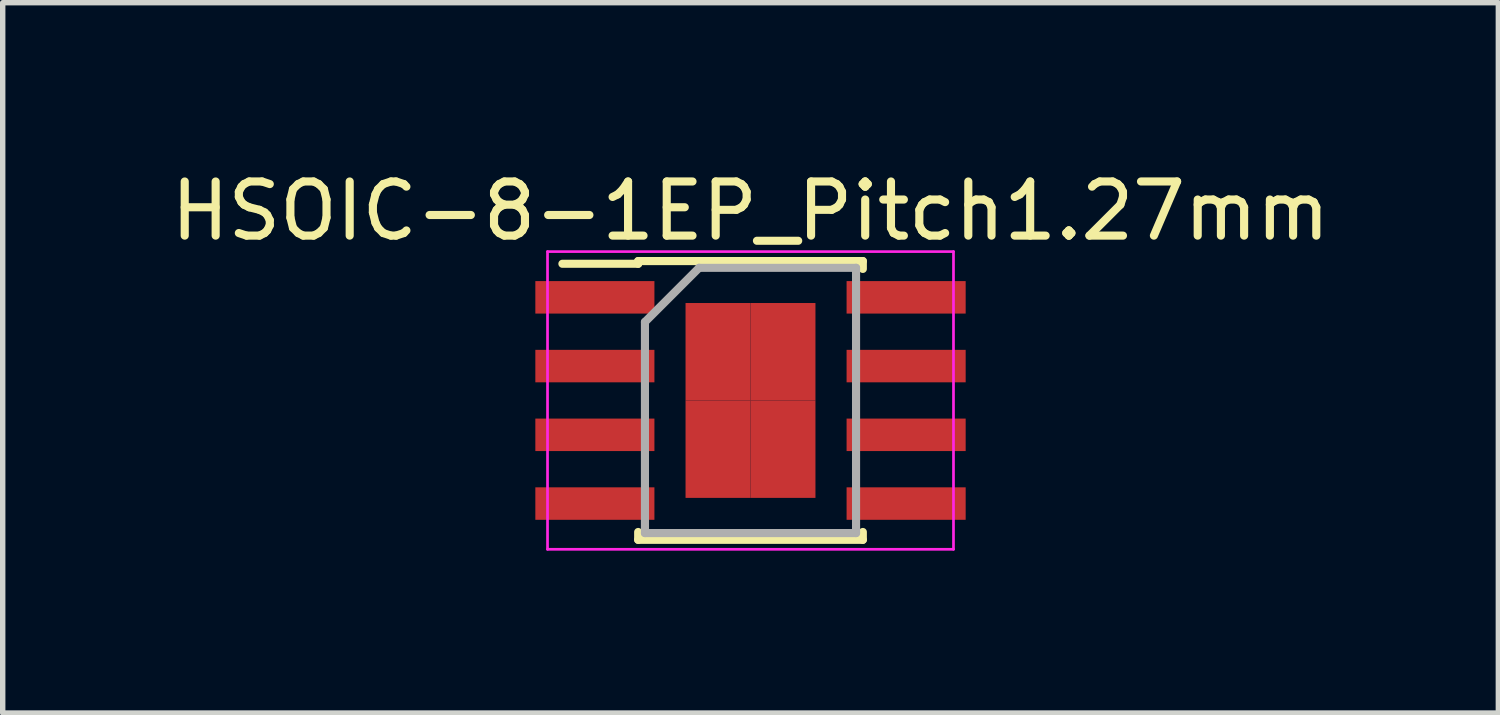
<source format=kicad_pcb>
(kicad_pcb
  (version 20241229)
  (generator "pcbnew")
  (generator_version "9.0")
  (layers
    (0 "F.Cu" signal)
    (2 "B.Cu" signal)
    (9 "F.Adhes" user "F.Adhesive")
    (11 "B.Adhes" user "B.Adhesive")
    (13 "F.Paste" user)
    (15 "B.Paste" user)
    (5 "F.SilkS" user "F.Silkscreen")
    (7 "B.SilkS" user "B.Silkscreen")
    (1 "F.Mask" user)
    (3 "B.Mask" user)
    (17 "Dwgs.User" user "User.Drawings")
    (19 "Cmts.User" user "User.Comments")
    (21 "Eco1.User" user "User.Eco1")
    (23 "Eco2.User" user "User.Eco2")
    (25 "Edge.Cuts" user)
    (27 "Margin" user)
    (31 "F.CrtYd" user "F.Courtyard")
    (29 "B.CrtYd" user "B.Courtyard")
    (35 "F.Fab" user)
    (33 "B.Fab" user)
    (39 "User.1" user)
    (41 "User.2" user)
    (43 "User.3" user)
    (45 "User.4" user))
  (footprint "HSOIC-8-1EP_Pitch1.27mm"
    (layer "F.Cu")
    (at 10.815 4.348)
    (property "Reference" "HSOIC-8-1EP_Pitch1.27mm" (at 0 -3.5 0) (layer "F.SilkS") (effects (font (size 1 1) (thickness 0.15))))
    (attr smd)
    (fp_line (start -2.075 -2.575) (end -2.075 -2.525) (stroke (width 0.15) (type solid)) (layer "F.SilkS"))
    (fp_line (start -2.075 -2.575) (end 2.075 -2.575) (stroke (width 0.15) (type solid)) (layer "F.SilkS"))
    (fp_line (start -2.075 -2.525) (end -3.475 -2.525) (stroke (width 0.15) (type solid)) (layer "F.SilkS"))
    (fp_line (start -2.075 2.575) (end -2.075 2.43) (stroke (width 0.15) (type solid)) (layer "F.SilkS"))
    (fp_line (start -2.075 2.575) (end 2.075 2.575) (stroke (width 0.15) (type solid)) (layer "F.SilkS"))
    (fp_line (start 2.075 -2.575) (end 2.075 -2.43) (stroke (width 0.15) (type solid)) (layer "F.SilkS"))
    (fp_line (start 2.075 2.575) (end 2.075 2.43) (stroke (width 0.15) (type solid)) (layer "F.SilkS"))
    (fp_line (start -3.75 -2.75) (end -3.75 2.75) (stroke (width 0.05) (type solid)) (layer "F.CrtYd"))
    (fp_line (start -3.75 -2.75) (end 3.75 -2.75) (stroke (width 0.05) (type solid)) (layer "F.CrtYd"))
    (fp_line (start -3.75 2.75) (end 3.75 2.75) (stroke (width 0.05) (type solid)) (layer "F.CrtYd"))
    (fp_line (start 3.75 -2.75) (end 3.75 2.75) (stroke (width 0.05) (type solid)) (layer "F.CrtYd"))
    (fp_line (start -1.95 -1.45) (end -0.95 -2.45) (stroke (width 0.15) (type solid)) (layer "F.Fab"))
    (fp_line (start -1.95 2.45) (end -1.95 -1.45) (stroke (width 0.15) (type solid)) (layer "F.Fab"))
    (fp_line (start -0.95 -2.45) (end 1.95 -2.45) (stroke (width 0.15) (type solid)) (layer "F.Fab"))
    (fp_line (start 1.95 -2.45) (end 1.95 2.45) (stroke (width 0.15) (type solid)) (layer "F.Fab"))
    (fp_line (start 1.95 2.45) (end -1.95 2.45) (stroke (width 0.15) (type solid)) (layer "F.Fab"))
    (pad "1" smd rect (at -2.875 -1.905) (size 2.2 0.6) (layers "F.Cu" "F.Mask" "F.Paste"))
    (pad "2" smd rect (at -2.875 -0.635) (size 2.2 0.6) (layers "F.Cu" "F.Mask" "F.Paste"))
    (pad "3" smd rect (at -2.875 0.635) (size 2.2 0.6) (layers "F.Cu" "F.Mask" "F.Paste"))
    (pad "4" smd rect (at -2.875 1.905) (size 2.2 0.6) (layers "F.Cu" "F.Mask" "F.Paste"))
    (pad "5" smd rect (at 2.875 1.905) (size 2.2 0.6) (layers "F.Cu" "F.Mask" "F.Paste"))
    (pad "6" smd rect (at 2.875 0.635) (size 2.2 0.6) (layers "F.Cu" "F.Mask" "F.Paste"))
    (pad "7" smd rect (at 2.875 -0.635) (size 2.2 0.6) (layers "F.Cu" "F.Mask" "F.Paste"))
    (pad "8" smd rect (at 2.875 -1.905) (size 2.2 0.6) (layers "F.Cu" "F.Mask" "F.Paste"))
    (pad "9" smd rect (at -0.6 -0.9) (size 1.2 1.8) (layers "F.Cu" "F.Mask" "F.Paste"))
    (pad "9" smd rect (at -0.6 0.9) (size 1.2 1.8) (layers "F.Cu" "F.Mask" "F.Paste"))
    (pad "9" smd rect (at 0.6 -0.9) (size 1.2 1.8) (layers "F.Cu" "F.Mask" "F.Paste"))
    (pad "9" smd rect (at 0.6 0.9) (size 1.2 1.8) (layers "F.Cu" "F.Mask" "F.Paste")))
  (gr_rect
    (start -3 -3)
    (end 24.631 10.123)
    (stroke (width 0.1) (type default))
    (fill no)
    (layer "Edge.Cuts")))
</source>
